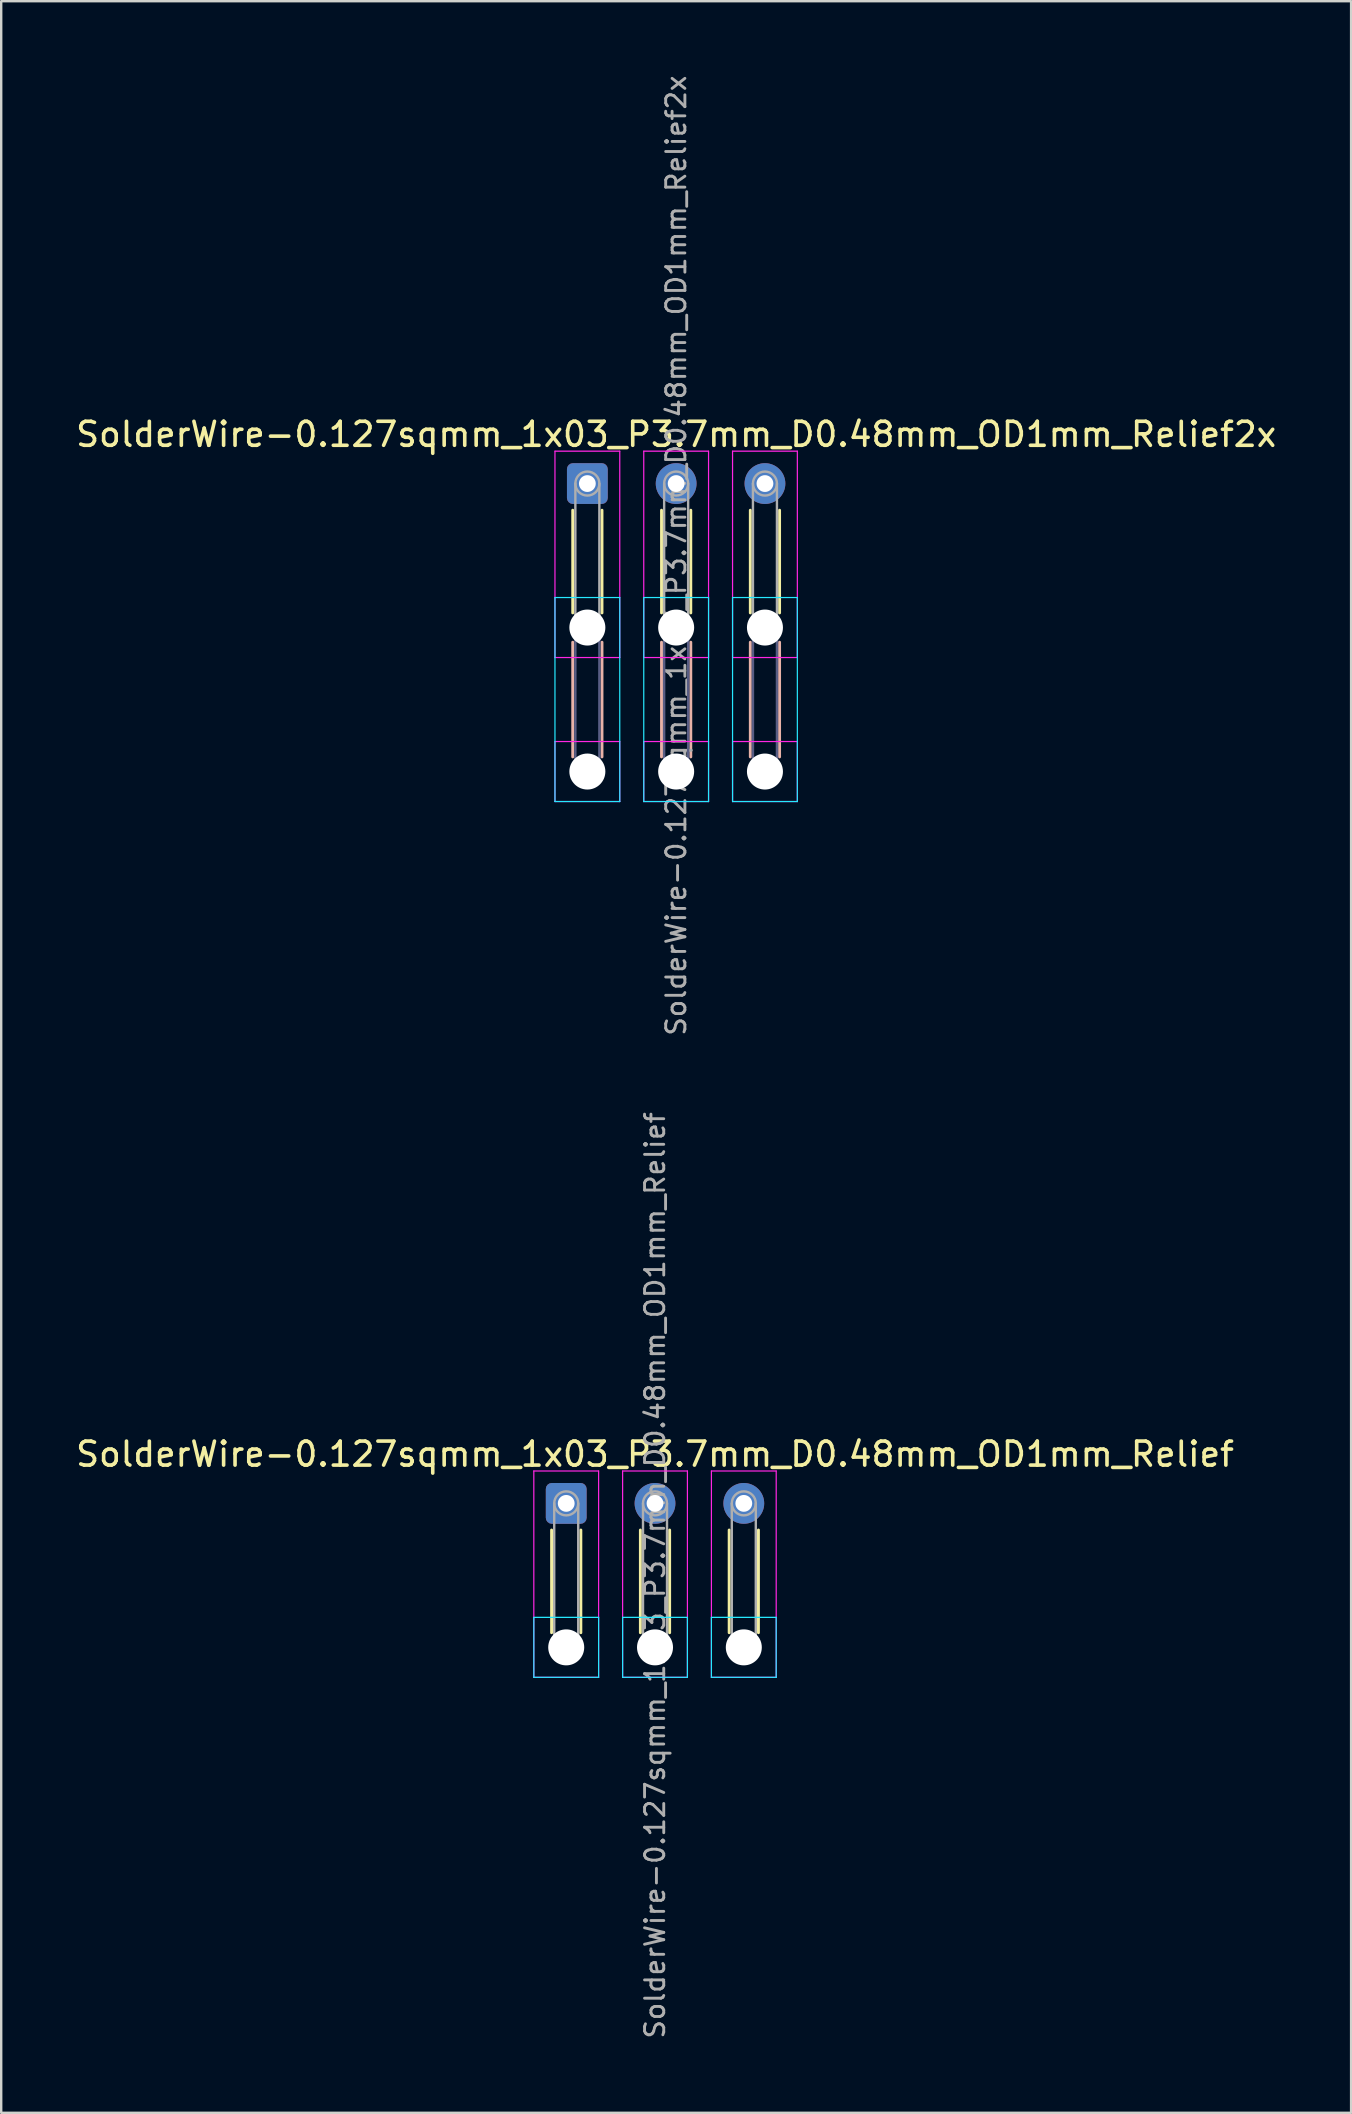
<source format=kicad_pcb>
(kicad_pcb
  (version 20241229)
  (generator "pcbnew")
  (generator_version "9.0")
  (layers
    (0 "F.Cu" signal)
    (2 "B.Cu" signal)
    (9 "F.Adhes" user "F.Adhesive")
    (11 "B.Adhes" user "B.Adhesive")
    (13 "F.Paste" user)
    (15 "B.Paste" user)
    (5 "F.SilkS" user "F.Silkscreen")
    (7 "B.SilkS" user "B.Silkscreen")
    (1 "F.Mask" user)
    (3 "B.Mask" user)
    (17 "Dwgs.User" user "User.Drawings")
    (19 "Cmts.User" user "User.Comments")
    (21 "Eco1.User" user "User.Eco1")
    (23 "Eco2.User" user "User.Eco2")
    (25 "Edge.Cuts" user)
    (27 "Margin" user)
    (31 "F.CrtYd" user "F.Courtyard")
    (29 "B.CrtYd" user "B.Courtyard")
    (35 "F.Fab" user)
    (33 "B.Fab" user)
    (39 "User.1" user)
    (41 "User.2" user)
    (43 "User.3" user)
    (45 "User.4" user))
  (footprint "SolderWire-0.127sqmm_1x03_P3.7mm_D0.48mm_OD1mm_Relief"
    (layer "F.Cu")
    (at 20.544 59.595)
    (property "Reference" "SolderWire-0.127sqmm_1x03_P3.7mm_D0.48mm_OD1mm_Relief" (at 3.7 -2.05 0) (layer "F.SilkS") (effects (font (size 1 1) (thickness 0.15))))
    (attr exclude_from_pos_files exclude_from_bom)
    (fp_line (start -0.61 1.11) (end -0.61 5.39) (stroke (width 0.12) (type solid)) (layer "F.SilkS"))
    (fp_line (start 0.61 1.11) (end 0.61 5.39) (stroke (width 0.12) (type solid)) (layer "F.SilkS"))
    (fp_line (start 3.09 1.11) (end 3.09 5.39) (stroke (width 0.12) (type solid)) (layer "F.SilkS"))
    (fp_line (start 4.31 1.11) (end 4.31 5.39) (stroke (width 0.12) (type solid)) (layer "F.SilkS"))
    (fp_line (start 6.79 1.11) (end 6.79 5.39) (stroke (width 0.12) (type solid)) (layer "F.SilkS"))
    (fp_line (start 8.01 1.11) (end 8.01 5.39) (stroke (width 0.12) (type solid)) (layer "F.SilkS"))
    (fp_line (start -1.35 4.75) (end -1.35 7.25) (stroke (width 0.05) (type solid)) (layer "B.CrtYd"))
    (fp_line (start -1.35 7.25) (end 1.35 7.25) (stroke (width 0.05) (type solid)) (layer "B.CrtYd"))
    (fp_line (start 1.35 4.75) (end -1.35 4.75) (stroke (width 0.05) (type solid)) (layer "B.CrtYd"))
    (fp_line (start 1.35 7.25) (end 1.35 4.75) (stroke (width 0.05) (type solid)) (layer "B.CrtYd"))
    (fp_line (start 2.35 4.75) (end 2.35 7.25) (stroke (width 0.05) (type solid)) (layer "B.CrtYd"))
    (fp_line (start 2.35 7.25) (end 5.05 7.25) (stroke (width 0.05) (type solid)) (layer "B.CrtYd"))
    (fp_line (start 5.05 4.75) (end 2.35 4.75) (stroke (width 0.05) (type solid)) (layer "B.CrtYd"))
    (fp_line (start 5.05 7.25) (end 5.05 4.75) (stroke (width 0.05) (type solid)) (layer "B.CrtYd"))
    (fp_line (start 6.05 4.75) (end 6.05 7.25) (stroke (width 0.05) (type solid)) (layer "B.CrtYd"))
    (fp_line (start 6.05 7.25) (end 8.75 7.25) (stroke (width 0.05) (type solid)) (layer "B.CrtYd"))
    (fp_line (start 8.75 4.75) (end 6.05 4.75) (stroke (width 0.05) (type solid)) (layer "B.CrtYd"))
    (fp_line (start 8.75 7.25) (end 8.75 4.75) (stroke (width 0.05) (type solid)) (layer "B.CrtYd"))
    (fp_line (start -1.35 -1.35) (end -1.35 7.25) (stroke (width 0.05) (type solid)) (layer "F.CrtYd"))
    (fp_line (start -1.35 7.25) (end 1.35 7.25) (stroke (width 0.05) (type solid)) (layer "F.CrtYd"))
    (fp_line (start 1.35 -1.35) (end -1.35 -1.35) (stroke (width 0.05) (type solid)) (layer "F.CrtYd"))
    (fp_line (start 1.35 7.25) (end 1.35 -1.35) (stroke (width 0.05) (type solid)) (layer "F.CrtYd"))
    (fp_line (start 2.35 -1.35) (end 2.35 7.25) (stroke (width 0.05) (type solid)) (layer "F.CrtYd"))
    (fp_line (start 2.35 7.25) (end 5.05 7.25) (stroke (width 0.05) (type solid)) (layer "F.CrtYd"))
    (fp_line (start 5.05 -1.35) (end 2.35 -1.35) (stroke (width 0.05) (type solid)) (layer "F.CrtYd"))
    (fp_line (start 5.05 7.25) (end 5.05 -1.35) (stroke (width 0.05) (type solid)) (layer "F.CrtYd"))
    (fp_line (start 6.05 -1.35) (end 6.05 7.25) (stroke (width 0.05) (type solid)) (layer "F.CrtYd"))
    (fp_line (start 6.05 7.25) (end 8.75 7.25) (stroke (width 0.05) (type solid)) (layer "F.CrtYd"))
    (fp_line (start 8.75 -1.35) (end 6.05 -1.35) (stroke (width 0.05) (type solid)) (layer "F.CrtYd"))
    (fp_line (start 8.75 7.25) (end 8.75 -1.35) (stroke (width 0.05) (type solid)) (layer "F.CrtYd"))
    (fp_line (start -0.5 0) (end -0.5 6) (stroke (width 0.1) (type solid)) (layer "F.Fab"))
    (fp_line (start 0.5 0) (end 0.5 6) (stroke (width 0.1) (type solid)) (layer "F.Fab"))
    (fp_line (start 3.2 0) (end 3.2 6) (stroke (width 0.1) (type solid)) (layer "F.Fab"))
    (fp_line (start 4.2 0) (end 4.2 6) (stroke (width 0.1) (type solid)) (layer "F.Fab"))
    (fp_line (start 6.9 0) (end 6.9 6) (stroke (width 0.1) (type solid)) (layer "F.Fab"))
    (fp_line (start 7.9 0) (end 7.9 6) (stroke (width 0.1) (type solid)) (layer "F.Fab"))
    (fp_circle (center 0 0) (end 0.5 0) (stroke (width 0.1) (type solid)) (fill no) (layer "F.Fab"))
    (fp_circle (center 0 6) (end 0.5 6) (stroke (width 0.1) (type solid)) (fill no) (layer "F.Fab"))
    (fp_circle (center 3.7 0) (end 4.2 0) (stroke (width 0.1) (type solid)) (fill no) (layer "F.Fab"))
    (fp_circle (center 3.7 6) (end 4.2 6) (stroke (width 0.1) (type solid)) (fill no) (layer "F.Fab"))
    (fp_circle (center 7.4 0) (end 7.9 0) (stroke (width 0.1) (type solid)) (fill no) (layer "F.Fab"))
    (fp_circle (center 7.4 6) (end 7.9 6) (stroke (width 0.1) (type solid)) (fill no) (layer "F.Fab"))
    (fp_text user "${REFERENCE}" (at 3.7 3 90) (layer "F.Fab") (effects (font (size 0.8 0.8) (thickness 0.12))))
    (pad "" np_thru_hole circle (at 0 6) (size 1.5 1.5) (drill 1.5) (layers "*.Cu" "*.Mask"))
    (pad "" np_thru_hole circle (at 3.7 6) (size 1.5 1.5) (drill 1.5) (layers "*.Cu" "*.Mask"))
    (pad "" np_thru_hole circle (at 7.4 6) (size 1.5 1.5) (drill 1.5) (layers "*.Cu" "*.Mask"))
    (pad "1" thru_hole roundrect (at 0 0) (size 1.7 1.7) (drill 0.7) (layers "*.Cu" "*.Mask") (roundrect_rratio 0.147))
    (pad "2" thru_hole circle (at 3.7 0) (size 1.7 1.7) (drill 0.7) (layers "*.Cu" "*.Mask"))
    (pad "3" thru_hole circle (at 7.4 0) (size 1.7 1.7) (drill 0.7) (layers "*.Cu" "*.Mask")))
  (footprint "SolderWire-0.127sqmm_1x03_P3.7mm_D0.48mm_OD1mm_Relief2x"
    (layer "F.Cu")
    (at 21.425 17.1)
    (property "Reference" "SolderWire-0.127sqmm_1x03_P3.7mm_D0.48mm_OD1mm_Relief2x" (at 3.7 -2.05 0) (layer "F.SilkS") (effects (font (size 1 1) (thickness 0.15))))
    (attr exclude_from_pos_files exclude_from_bom)
    (fp_line (start -0.61 1.11) (end -0.61 5.39) (stroke (width 0.12) (type solid)) (layer "F.SilkS"))
    (fp_line (start 0.61 1.11) (end 0.61 5.39) (stroke (width 0.12) (type solid)) (layer "F.SilkS"))
    (fp_line (start 3.09 1.11) (end 3.09 5.39) (stroke (width 0.12) (type solid)) (layer "F.SilkS"))
    (fp_line (start 4.31 1.11) (end 4.31 5.39) (stroke (width 0.12) (type solid)) (layer "F.SilkS"))
    (fp_line (start 6.79 1.11) (end 6.79 5.39) (stroke (width 0.12) (type solid)) (layer "F.SilkS"))
    (fp_line (start 8.01 1.11) (end 8.01 5.39) (stroke (width 0.12) (type solid)) (layer "F.SilkS"))
    (fp_line (start -0.61 6.61) (end -0.61 11.39) (stroke (width 0.12) (type solid)) (layer "B.SilkS"))
    (fp_line (start 0.61 6.61) (end 0.61 11.39) (stroke (width 0.12) (type solid)) (layer "B.SilkS"))
    (fp_line (start 3.09 6.61) (end 3.09 11.39) (stroke (width 0.12) (type solid)) (layer "B.SilkS"))
    (fp_line (start 4.31 6.61) (end 4.31 11.39) (stroke (width 0.12) (type solid)) (layer "B.SilkS"))
    (fp_line (start 6.79 6.61) (end 6.79 11.39) (stroke (width 0.12) (type solid)) (layer "B.SilkS"))
    (fp_line (start 8.01 6.61) (end 8.01 11.39) (stroke (width 0.12) (type solid)) (layer "B.SilkS"))
    (fp_line (start -1.35 4.75) (end -1.35 13.25) (stroke (width 0.05) (type solid)) (layer "B.CrtYd"))
    (fp_line (start -1.35 13.25) (end 1.35 13.25) (stroke (width 0.05) (type solid)) (layer "B.CrtYd"))
    (fp_line (start 1.35 4.75) (end -1.35 4.75) (stroke (width 0.05) (type solid)) (layer "B.CrtYd"))
    (fp_line (start 1.35 13.25) (end 1.35 4.75) (stroke (width 0.05) (type solid)) (layer "B.CrtYd"))
    (fp_line (start 2.35 4.75) (end 2.35 13.25) (stroke (width 0.05) (type solid)) (layer "B.CrtYd"))
    (fp_line (start 2.35 13.25) (end 5.05 13.25) (stroke (width 0.05) (type solid)) (layer "B.CrtYd"))
    (fp_line (start 5.05 4.75) (end 2.35 4.75) (stroke (width 0.05) (type solid)) (layer "B.CrtYd"))
    (fp_line (start 5.05 13.25) (end 5.05 4.75) (stroke (width 0.05) (type solid)) (layer "B.CrtYd"))
    (fp_line (start 6.05 4.75) (end 6.05 13.25) (stroke (width 0.05) (type solid)) (layer "B.CrtYd"))
    (fp_line (start 6.05 13.25) (end 8.75 13.25) (stroke (width 0.05) (type solid)) (layer "B.CrtYd"))
    (fp_line (start 8.75 4.75) (end 6.05 4.75) (stroke (width 0.05) (type solid)) (layer "B.CrtYd"))
    (fp_line (start 8.75 13.25) (end 8.75 4.75) (stroke (width 0.05) (type solid)) (layer "B.CrtYd"))
    (fp_line (start -1.35 -1.35) (end -1.35 7.25) (stroke (width 0.05) (type solid)) (layer "F.CrtYd"))
    (fp_line (start -1.35 7.25) (end 1.35 7.25) (stroke (width 0.05) (type solid)) (layer "F.CrtYd"))
    (fp_line (start -1.35 10.75) (end -1.35 13.25) (stroke (width 0.05) (type solid)) (layer "F.CrtYd"))
    (fp_line (start -1.35 13.25) (end 1.35 13.25) (stroke (width 0.05) (type solid)) (layer "F.CrtYd"))
    (fp_line (start 1.35 -1.35) (end -1.35 -1.35) (stroke (width 0.05) (type solid)) (layer "F.CrtYd"))
    (fp_line (start 1.35 7.25) (end 1.35 -1.35) (stroke (width 0.05) (type solid)) (layer "F.CrtYd"))
    (fp_line (start 1.35 10.75) (end -1.35 10.75) (stroke (width 0.05) (type solid)) (layer "F.CrtYd"))
    (fp_line (start 1.35 13.25) (end 1.35 10.75) (stroke (width 0.05) (type solid)) (layer "F.CrtYd"))
    (fp_line (start 2.35 -1.35) (end 2.35 7.25) (stroke (width 0.05) (type solid)) (layer "F.CrtYd"))
    (fp_line (start 2.35 7.25) (end 5.05 7.25) (stroke (width 0.05) (type solid)) (layer "F.CrtYd"))
    (fp_line (start 2.35 10.75) (end 2.35 13.25) (stroke (width 0.05) (type solid)) (layer "F.CrtYd"))
    (fp_line (start 2.35 13.25) (end 5.05 13.25) (stroke (width 0.05) (type solid)) (layer "F.CrtYd"))
    (fp_line (start 5.05 -1.35) (end 2.35 -1.35) (stroke (width 0.05) (type solid)) (layer "F.CrtYd"))
    (fp_line (start 5.05 7.25) (end 5.05 -1.35) (stroke (width 0.05) (type solid)) (layer "F.CrtYd"))
    (fp_line (start 5.05 10.75) (end 2.35 10.75) (stroke (width 0.05) (type solid)) (layer "F.CrtYd"))
    (fp_line (start 5.05 13.25) (end 5.05 10.75) (stroke (width 0.05) (type solid)) (layer "F.CrtYd"))
    (fp_line (start 6.05 -1.35) (end 6.05 7.25) (stroke (width 0.05) (type solid)) (layer "F.CrtYd"))
    (fp_line (start 6.05 7.25) (end 8.75 7.25) (stroke (width 0.05) (type solid)) (layer "F.CrtYd"))
    (fp_line (start 6.05 10.75) (end 6.05 13.25) (stroke (width 0.05) (type solid)) (layer "F.CrtYd"))
    (fp_line (start 6.05 13.25) (end 8.75 13.25) (stroke (width 0.05) (type solid)) (layer "F.CrtYd"))
    (fp_line (start 8.75 -1.35) (end 6.05 -1.35) (stroke (width 0.05) (type solid)) (layer "F.CrtYd"))
    (fp_line (start 8.75 7.25) (end 8.75 -1.35) (stroke (width 0.05) (type solid)) (layer "F.CrtYd"))
    (fp_line (start 8.75 10.75) (end 6.05 10.75) (stroke (width 0.05) (type solid)) (layer "F.CrtYd"))
    (fp_line (start 8.75 13.25) (end 8.75 10.75) (stroke (width 0.05) (type solid)) (layer "F.CrtYd"))
    (fp_line (start -0.5 6) (end -0.5 12) (stroke (width 0.1) (type solid)) (layer "B.Fab"))
    (fp_line (start 0.5 6) (end 0.5 12) (stroke (width 0.1) (type solid)) (layer "B.Fab"))
    (fp_line (start 3.2 6) (end 3.2 12) (stroke (width 0.1) (type solid)) (layer "B.Fab"))
    (fp_line (start 4.2 6) (end 4.2 12) (stroke (width 0.1) (type solid)) (layer "B.Fab"))
    (fp_line (start 6.9 6) (end 6.9 12) (stroke (width 0.1) (type solid)) (layer "B.Fab"))
    (fp_line (start 7.9 6) (end 7.9 12) (stroke (width 0.1) (type solid)) (layer "B.Fab"))
    (fp_circle (center 0 6) (end 0.5 6) (stroke (width 0.1) (type solid)) (fill no) (layer "B.Fab"))
    (fp_circle (center 0 12) (end 0.5 12) (stroke (width 0.1) (type solid)) (fill no) (layer "B.Fab"))
    (fp_circle (center 3.7 6) (end 4.2 6) (stroke (width 0.1) (type solid)) (fill no) (layer "B.Fab"))
    (fp_circle (center 3.7 12) (end 4.2 12) (stroke (width 0.1) (type solid)) (fill no) (layer "B.Fab"))
    (fp_circle (center 7.4 6) (end 7.9 6) (stroke (width 0.1) (type solid)) (fill no) (layer "B.Fab"))
    (fp_circle (center 7.4 12) (end 7.9 12) (stroke (width 0.1) (type solid)) (fill no) (layer "B.Fab"))
    (fp_line (start -0.5 0) (end -0.5 6) (stroke (width 0.1) (type solid)) (layer "F.Fab"))
    (fp_line (start 0.5 0) (end 0.5 6) (stroke (width 0.1) (type solid)) (layer "F.Fab"))
    (fp_line (start 3.2 0) (end 3.2 6) (stroke (width 0.1) (type solid)) (layer "F.Fab"))
    (fp_line (start 4.2 0) (end 4.2 6) (stroke (width 0.1) (type solid)) (layer "F.Fab"))
    (fp_line (start 6.9 0) (end 6.9 6) (stroke (width 0.1) (type solid)) (layer "F.Fab"))
    (fp_line (start 7.9 0) (end 7.9 6) (stroke (width 0.1) (type solid)) (layer "F.Fab"))
    (fp_circle (center 0 0) (end 0.5 0) (stroke (width 0.1) (type solid)) (fill no) (layer "F.Fab"))
    (fp_circle (center 0 6) (end 0.5 6) (stroke (width 0.1) (type solid)) (fill no) (layer "F.Fab"))
    (fp_circle (center 0 12) (end 0.5 12) (stroke (width 0.1) (type solid)) (fill no) (layer "F.Fab"))
    (fp_circle (center 3.7 0) (end 4.2 0) (stroke (width 0.1) (type solid)) (fill no) (layer "F.Fab"))
    (fp_circle (center 3.7 6) (end 4.2 6) (stroke (width 0.1) (type solid)) (fill no) (layer "F.Fab"))
    (fp_circle (center 3.7 12) (end 4.2 12) (stroke (width 0.1) (type solid)) (fill no) (layer "F.Fab"))
    (fp_circle (center 7.4 0) (end 7.9 0) (stroke (width 0.1) (type solid)) (fill no) (layer "F.Fab"))
    (fp_circle (center 7.4 6) (end 7.9 6) (stroke (width 0.1) (type solid)) (fill no) (layer "F.Fab"))
    (fp_circle (center 7.4 12) (end 7.9 12) (stroke (width 0.1) (type solid)) (fill no) (layer "F.Fab"))
    (fp_text user "${REFERENCE}" (at 3.7 3 90) (layer "F.Fab") (effects (font (size 0.8 0.8) (thickness 0.12))))
    (pad "" np_thru_hole circle (at 0 6) (size 1.5 1.5) (drill 1.5) (layers "*.Cu" "*.Mask"))
    (pad "" np_thru_hole circle (at 0 12) (size 1.5 1.5) (drill 1.5) (layers "*.Cu" "*.Mask"))
    (pad "" np_thru_hole circle (at 3.7 6) (size 1.5 1.5) (drill 1.5) (layers "*.Cu" "*.Mask"))
    (pad "" np_thru_hole circle (at 3.7 12) (size 1.5 1.5) (drill 1.5) (layers "*.Cu" "*.Mask"))
    (pad "" np_thru_hole circle (at 7.4 6) (size 1.5 1.5) (drill 1.5) (layers "*.Cu" "*.Mask"))
    (pad "" np_thru_hole circle (at 7.4 12) (size 1.5 1.5) (drill 1.5) (layers "*.Cu" "*.Mask"))
    (pad "1" thru_hole roundrect (at 0 0) (size 1.7 1.7) (drill 0.7) (layers "*.Cu" "*.Mask") (roundrect_rratio 0.147))
    (pad "2" thru_hole circle (at 3.7 0) (size 1.7 1.7) (drill 0.7) (layers "*.Cu" "*.Mask"))
    (pad "3" thru_hole circle (at 7.4 0) (size 1.7 1.7) (drill 0.7) (layers "*.Cu" "*.Mask")))
  (gr_rect
    (start -3 -3)
    (end 53.25 84.99)
    (stroke (width 0.1) (type default))
    (fill no)
    (layer "Edge.Cuts")))
</source>
